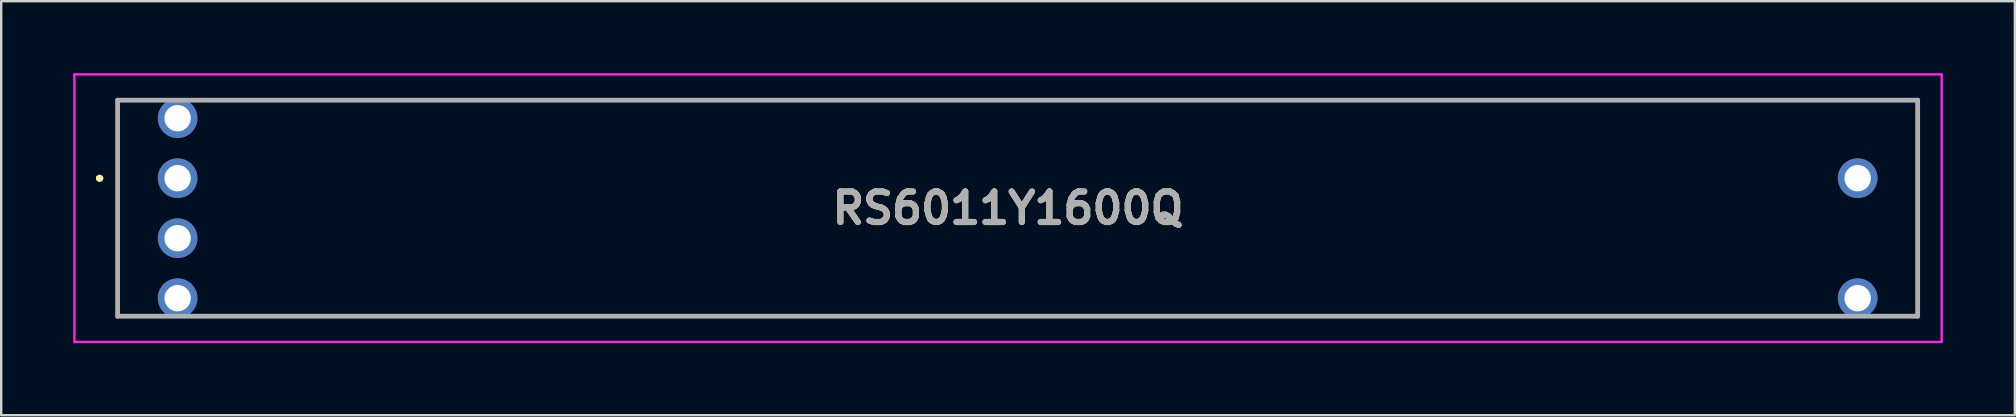
<source format=kicad_pcb>
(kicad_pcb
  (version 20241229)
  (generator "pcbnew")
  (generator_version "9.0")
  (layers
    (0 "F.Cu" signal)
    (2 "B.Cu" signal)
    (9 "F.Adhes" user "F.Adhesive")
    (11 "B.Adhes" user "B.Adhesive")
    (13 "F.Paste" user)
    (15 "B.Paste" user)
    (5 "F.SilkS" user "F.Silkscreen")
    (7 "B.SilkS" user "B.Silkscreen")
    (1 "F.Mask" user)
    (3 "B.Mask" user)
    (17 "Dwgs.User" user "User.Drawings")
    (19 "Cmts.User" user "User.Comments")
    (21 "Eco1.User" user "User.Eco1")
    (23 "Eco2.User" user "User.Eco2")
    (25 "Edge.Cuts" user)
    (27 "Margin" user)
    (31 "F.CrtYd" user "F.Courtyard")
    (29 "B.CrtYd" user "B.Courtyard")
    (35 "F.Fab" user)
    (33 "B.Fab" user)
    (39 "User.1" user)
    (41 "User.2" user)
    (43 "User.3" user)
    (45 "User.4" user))
  (footprint "RS6011Y1600Q"
    (layer "F.Cu")
    (at 4.35 4.375)
    (property "Reference" "RS6011Y1600Q" (at 34.6 1.25 0) (layer "F.SilkS") (effects (font (size 1.27 1.27) (thickness 0.254))))
    (attr through_hole)
    (fp_line (start -3.3 0) (end -3.3 0) (stroke (width 0.2) (type solid)) (layer "F.SilkS"))
    (fp_line (start -3.3 0) (end -3.3 0) (stroke (width 0.2) (type solid)) (layer "F.SilkS"))
    (fp_line (start -3.2 0) (end -3.2 0) (stroke (width 0.2) (type solid)) (layer "F.SilkS"))
    (fp_line (start -2.5 -3.25) (end -2.5 -3.25) (stroke (width 0.1) (type solid)) (layer "F.SilkS"))
    (fp_line (start -2.5 -3.25) (end -2.5 -3.25) (stroke (width 0.1) (type solid)) (layer "F.SilkS"))
    (fp_line (start -2.5 -3.25) (end -2.5 5.75) (stroke (width 0.1) (type solid)) (layer "F.SilkS"))
    (fp_line (start -2.5 -3.25) (end -1.25 -3.25) (stroke (width 0.1) (type solid)) (layer "F.SilkS"))
    (fp_line (start -2.5 5.75) (end -2.5 -3.25) (stroke (width 0.1) (type solid)) (layer "F.SilkS"))
    (fp_line (start -2.5 5.75) (end -2.5 5.75) (stroke (width 0.1) (type solid)) (layer "F.SilkS"))
    (fp_line (start -2.5 5.75) (end -2.5 5.75) (stroke (width 0.1) (type solid)) (layer "F.SilkS"))
    (fp_line (start -2.5 5.75) (end -1.25 5.75) (stroke (width 0.1) (type solid)) (layer "F.SilkS"))
    (fp_line (start -1.25 -3.25) (end -2.5 -3.25) (stroke (width 0.1) (type solid)) (layer "F.SilkS"))
    (fp_line (start -1.25 -3.25) (end -1.25 -3.25) (stroke (width 0.1) (type solid)) (layer "F.SilkS"))
    (fp_line (start -1.25 5.75) (end -2.5 5.75) (stroke (width 0.1) (type solid)) (layer "F.SilkS"))
    (fp_line (start -1.25 5.75) (end -1.25 5.75) (stroke (width 0.1) (type solid)) (layer "F.SilkS"))
    (fp_line (start 1.25 -3.25) (end 1.25 -3.25) (stroke (width 0.1) (type solid)) (layer "F.SilkS"))
    (fp_line (start 1.25 -3.25) (end 72.5 -3.25) (stroke (width 0.1) (type solid)) (layer "F.SilkS"))
    (fp_line (start 1.25 5.75) (end 1.25 5.75) (stroke (width 0.1) (type solid)) (layer "F.SilkS"))
    (fp_line (start 1.25 5.75) (end 68.75 5.75) (stroke (width 0.1) (type solid)) (layer "F.SilkS"))
    (fp_line (start 68.75 5.75) (end 1.25 5.75) (stroke (width 0.1) (type solid)) (layer "F.SilkS"))
    (fp_line (start 68.75 5.75) (end 68.75 5.75) (stroke (width 0.1) (type solid)) (layer "F.SilkS"))
    (fp_line (start 71.25 5.75) (end 71.25 5.75) (stroke (width 0.1) (type solid)) (layer "F.SilkS"))
    (fp_line (start 71.25 5.75) (end 72.5 5.75) (stroke (width 0.1) (type solid)) (layer "F.SilkS"))
    (fp_line (start 72.5 -3.25) (end 1.25 -3.25) (stroke (width 0.1) (type solid)) (layer "F.SilkS"))
    (fp_line (start 72.5 -3.25) (end 72.5 -3.25) (stroke (width 0.1) (type solid)) (layer "F.SilkS"))
    (fp_line (start 72.5 -3.25) (end 72.5 -3.25) (stroke (width 0.1) (type solid)) (layer "F.SilkS"))
    (fp_line (start 72.5 -3.25) (end 72.5 5.75) (stroke (width 0.1) (type solid)) (layer "F.SilkS"))
    (fp_line (start 72.5 5.75) (end 71.25 5.75) (stroke (width 0.1) (type solid)) (layer "F.SilkS"))
    (fp_line (start 72.5 5.75) (end 72.5 -3.25) (stroke (width 0.1) (type solid)) (layer "F.SilkS"))
    (fp_line (start 72.5 5.75) (end 72.5 5.75) (stroke (width 0.1) (type solid)) (layer "F.SilkS"))
    (fp_line (start 72.5 5.75) (end 72.5 5.75) (stroke (width 0.1) (type solid)) (layer "F.SilkS"))
    (fp_arc (start -3.3 0) (mid -3.25 -0.05) (end -3.2 0) (stroke (width 0.2) (type solid)) (layer "F.SilkS"))
    (fp_arc (start -3.2 0) (mid -3.25 0.05) (end -3.3 0) (stroke (width 0.2) (type solid)) (layer "F.SilkS"))
    (fp_arc (start -3.2 0) (mid -3.25 0.05) (end -3.3 0) (stroke (width 0.2) (type solid)) (layer "F.SilkS"))
    (fp_line (start -4.3 -4.325) (end 73.5 -4.325) (stroke (width 0.1) (type solid)) (layer "F.CrtYd"))
    (fp_line (start -4.3 6.825) (end -4.3 -4.325) (stroke (width 0.1) (type solid)) (layer "F.CrtYd"))
    (fp_line (start 73.5 -4.325) (end 73.5 6.825) (stroke (width 0.1) (type solid)) (layer "F.CrtYd"))
    (fp_line (start 73.5 6.825) (end -4.3 6.825) (stroke (width 0.1) (type solid)) (layer "F.CrtYd"))
    (fp_line (start -2.5 -3.25) (end -2.5 5.75) (stroke (width 0.2) (type solid)) (layer "F.Fab"))
    (fp_line (start -2.5 5.75) (end 72.5 5.75) (stroke (width 0.2) (type solid)) (layer "F.Fab"))
    (fp_line (start 72.5 -3.25) (end -2.5 -3.25) (stroke (width 0.2) (type solid)) (layer "F.Fab"))
    (fp_line (start 72.5 5.75) (end 72.5 -3.25) (stroke (width 0.2) (type solid)) (layer "F.Fab"))
    (fp_text user "${REFERENCE}" (at 34.6 1.25 0) (layer "F.Fab") (effects (font (size 1.27 1.27) (thickness 0.254))))
    (pad "1" thru_hole circle (at 0 0) (size 1.65 1.65) (drill 1.1) (layers "*.Cu" "*.Mask"))
    (pad "2" thru_hole circle (at 0 -2.5) (size 1.65 1.65) (drill 1.1) (layers "*.Cu" "*.Mask"))
    (pad "3" thru_hole circle (at 70 0) (size 1.65 1.65) (drill 1.1) (layers "*.Cu" "*.Mask"))
    (pad "L1" thru_hole circle (at 0 2.5) (size 1.65 1.65) (drill 1.1) (layers "*.Cu" "*.Mask"))
    (pad "L2" thru_hole circle (at 0 5) (size 1.65 1.65) (drill 1.1) (layers "*.Cu" "*.Mask"))
    (pad "L3" thru_hole circle (at 70 5) (size 1.65 1.65) (drill 1.1) (layers "*.Cu" "*.Mask")))
  (gr_rect
    (start -3 -3)
    (end 80.9 14.25)
    (stroke (width 0.1) (type default))
    (fill no)
    (layer "Edge.Cuts")))
</source>
